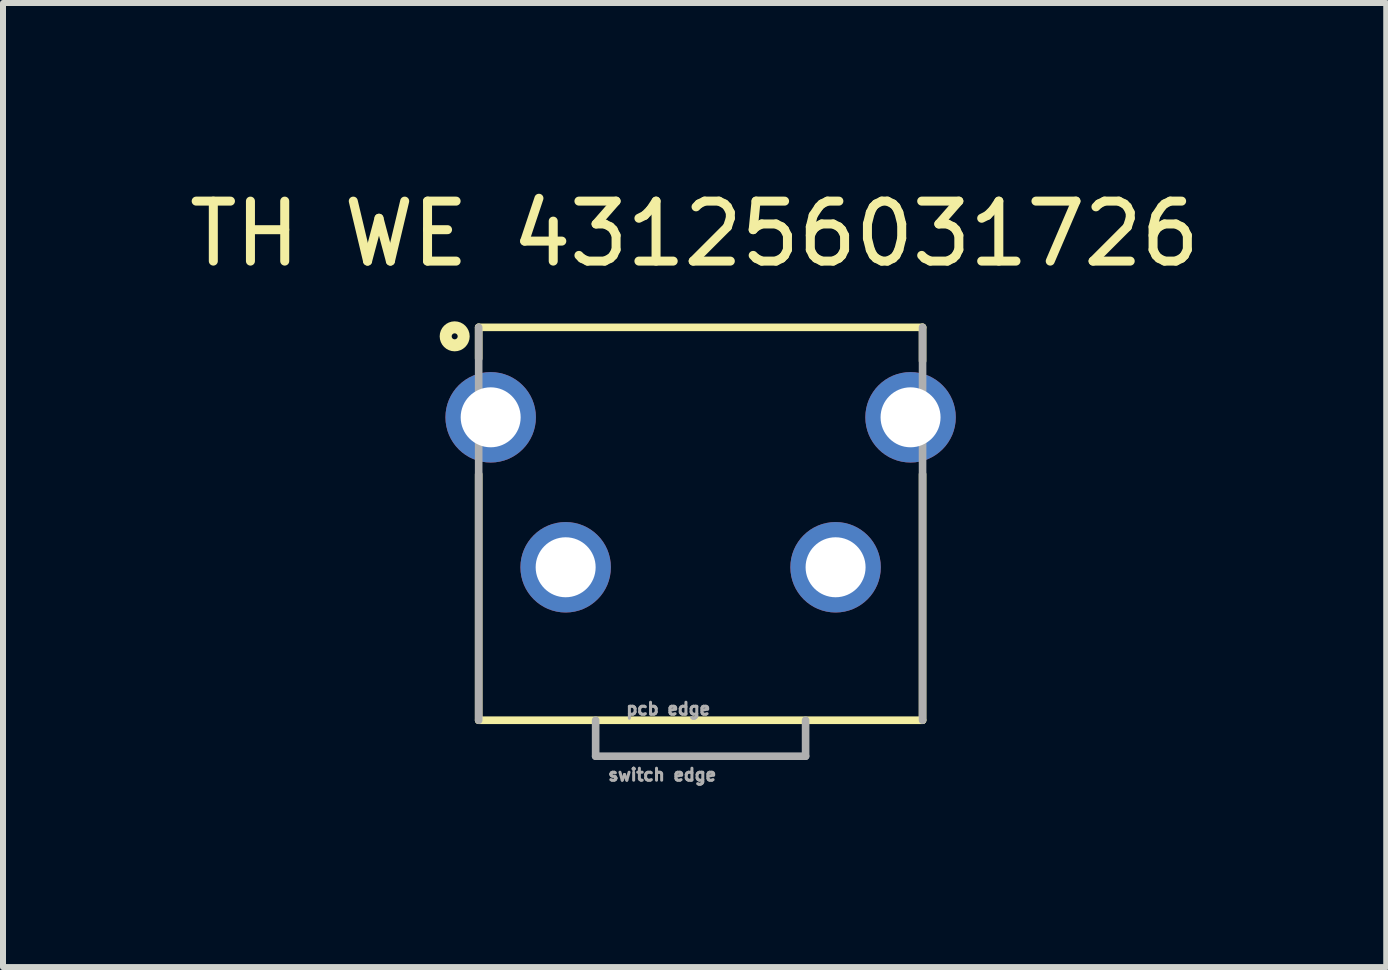
<source format=kicad_pcb>
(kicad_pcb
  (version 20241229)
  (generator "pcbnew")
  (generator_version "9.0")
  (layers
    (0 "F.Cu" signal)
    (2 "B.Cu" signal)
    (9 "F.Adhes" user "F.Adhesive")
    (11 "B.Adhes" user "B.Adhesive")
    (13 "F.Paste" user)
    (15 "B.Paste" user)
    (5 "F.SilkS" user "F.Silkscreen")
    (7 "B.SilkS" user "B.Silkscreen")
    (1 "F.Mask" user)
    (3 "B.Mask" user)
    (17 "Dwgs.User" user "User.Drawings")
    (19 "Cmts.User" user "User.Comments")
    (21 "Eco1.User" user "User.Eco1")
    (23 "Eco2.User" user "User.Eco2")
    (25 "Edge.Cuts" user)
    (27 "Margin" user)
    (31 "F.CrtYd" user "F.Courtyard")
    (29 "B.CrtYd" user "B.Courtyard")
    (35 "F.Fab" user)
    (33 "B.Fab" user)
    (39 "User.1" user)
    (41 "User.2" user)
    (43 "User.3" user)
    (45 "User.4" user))
  (footprint "TH WE 431256031726"
    (layer "F.Cu")
    (at 8.63 5.157)
    (property "Reference" "TH WE 431256031726" (at -0.1 -4.309 0) (layer "F.SilkS") (effects (font (size 1 1) (thickness 0.15))))
    (attr through_hole)
    (fp_line (start -3.7 -2.75) (end 3.7 -2.75) (stroke (width 0.127) (type solid)) (layer "F.SilkS"))
    (fp_line (start -3.7 -2.23) (end -3.7 -2.75) (stroke (width 0.127) (type solid)) (layer "F.SilkS"))
    (fp_line (start -3.7 -0.3) (end -3.7 3.8) (stroke (width 0.127) (type solid)) (layer "F.SilkS"))
    (fp_line (start -3.7 3.8) (end 3.7 3.8) (stroke (width 0.127) (type solid)) (layer "F.SilkS"))
    (fp_line (start 3.7 -2.19) (end 3.7 -2.75) (stroke (width 0.127) (type solid)) (layer "F.SilkS"))
    (fp_line (start 3.7 -0.3) (end 3.7 3.8) (stroke (width 0.127) (type solid)) (layer "F.SilkS"))
    (fp_circle (center -4.1 -2.6) (end -4.05 -2.6) (stroke (width 0.2) (type solid)) (fill no) (layer "F.SilkS"))
    (fp_line (start -3.7 3.8) (end -3.7 -2.75) (stroke (width 0.127) (type solid)) (layer "F.Fab"))
    (fp_line (start -1.75 3.8) (end -1.75 4.4) (stroke (width 0.127) (type solid)) (layer "F.Fab"))
    (fp_line (start -1.75 4.4) (end 1.75 4.4) (stroke (width 0.127) (type solid)) (layer "F.Fab"))
    (fp_line (start 1.75 4.4) (end 1.75 3.8) (stroke (width 0.127) (type solid)) (layer "F.Fab"))
    (fp_line (start 3.7 -2.75) (end 3.7 3.8) (stroke (width 0.127) (type solid)) (layer "F.Fab"))
    (fp_text user "switch edge" (at -0.64 4.71 0) (layer "F.Fab") (effects (font (size 0.2 0.2) (thickness 0.05))))
    (fp_text user "pcb edge" (at -0.54 3.61 0) (layer "F.Fab") (effects (font (size 0.2 0.2) (thickness 0.05))))
    (pad "1" thru_hole circle (at -2.25 1.25) (size 1.508 1.508) (drill 1) (layers "*.Cu" "*.Mask"))
    (pad "2" thru_hole circle (at 2.25 1.25) (size 1.508 1.508) (drill 1) (layers "*.Cu" "*.Mask"))
    (pad "S" thru_hole circle (at -3.5 -1.25) (size 1.508 1.508) (drill 1) (layers "*.Cu" "*.Mask"))
    (pad "S" thru_hole circle (at 3.5 -1.25) (size 1.508 1.508) (drill 1) (layers "*.Cu" "*.Mask")))
  (gr_rect
    (start -3 -3)
    (end 20.06 13.072)
    (stroke (width 0.1) (type default))
    (fill no)
    (layer "Edge.Cuts")))
</source>
